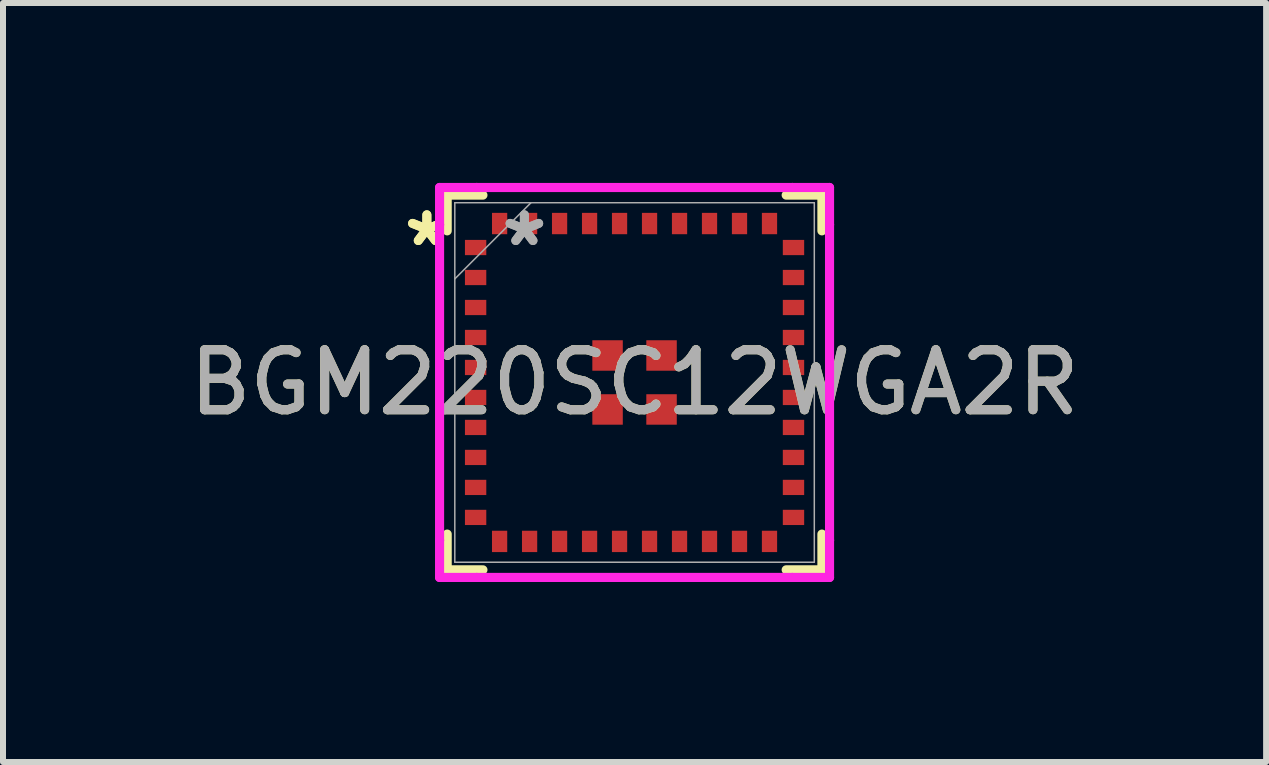
<source format=kicad_pcb>
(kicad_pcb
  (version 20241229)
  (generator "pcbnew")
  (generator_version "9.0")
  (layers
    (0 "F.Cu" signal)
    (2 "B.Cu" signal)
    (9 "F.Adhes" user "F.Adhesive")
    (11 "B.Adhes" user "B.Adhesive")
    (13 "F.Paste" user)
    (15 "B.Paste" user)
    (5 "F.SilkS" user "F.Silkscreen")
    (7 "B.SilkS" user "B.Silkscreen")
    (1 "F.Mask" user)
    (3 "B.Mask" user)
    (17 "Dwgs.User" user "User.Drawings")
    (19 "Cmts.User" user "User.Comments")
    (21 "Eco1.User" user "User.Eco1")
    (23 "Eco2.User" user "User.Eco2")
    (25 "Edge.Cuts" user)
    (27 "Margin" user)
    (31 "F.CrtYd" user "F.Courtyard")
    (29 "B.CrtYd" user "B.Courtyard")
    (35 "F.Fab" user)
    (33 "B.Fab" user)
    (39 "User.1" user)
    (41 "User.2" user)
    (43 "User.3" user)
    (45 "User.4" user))
  (footprint "BGM220SC12WGA2R"
    (layer "F.Cu")
    (at 7.53 3.327)
    (property "Reference" "BGM220SC12WGA2R" (at 0 0 0) (unlocked yes) (layer "F.SilkS") (effects (font (size 1 1) (thickness 0.15))))
    (attr smd)
    (fp_line (start -3.124 -3.124) (end -3.124 -2.528) (stroke (width 0.152) (type solid)) (layer "F.SilkS"))
    (fp_line (start -3.124 2.528) (end -3.124 3.124) (stroke (width 0.152) (type solid)) (layer "F.SilkS"))
    (fp_line (start -3.124 3.124) (end -2.528 3.124) (stroke (width 0.152) (type solid)) (layer "F.SilkS"))
    (fp_line (start -2.528 -3.124) (end -3.124 -3.124) (stroke (width 0.152) (type solid)) (layer "F.SilkS"))
    (fp_line (start 2.528 3.124) (end 3.124 3.124) (stroke (width 0.152) (type solid)) (layer "F.SilkS"))
    (fp_line (start 3.124 -3.124) (end 2.528 -3.124) (stroke (width 0.152) (type solid)) (layer "F.SilkS"))
    (fp_line (start 3.124 -2.528) (end 3.124 -3.124) (stroke (width 0.152) (type solid)) (layer "F.SilkS"))
    (fp_line (start 3.124 3.124) (end 3.124 2.528) (stroke (width 0.152) (type solid)) (layer "F.SilkS"))
    (fp_line (start -3.251 -3.251) (end -2.631 -3.251) (stroke (width 0.152) (type solid)) (layer "F.CrtYd"))
    (fp_line (start -3.251 -2.631) (end -3.251 -3.251) (stroke (width 0.152) (type solid)) (layer "F.CrtYd"))
    (fp_line (start -3.251 -2.631) (end -3.251 -2.631) (stroke (width 0.152) (type solid)) (layer "F.CrtYd"))
    (fp_line (start -3.251 2.631) (end -3.251 -2.631) (stroke (width 0.152) (type solid)) (layer "F.CrtYd"))
    (fp_line (start -3.251 2.631) (end -3.251 2.631) (stroke (width 0.152) (type solid)) (layer "F.CrtYd"))
    (fp_line (start -3.251 3.251) (end -3.251 2.631) (stroke (width 0.152) (type solid)) (layer "F.CrtYd"))
    (fp_line (start -2.631 -3.251) (end -2.631 -3.251) (stroke (width 0.152) (type solid)) (layer "F.CrtYd"))
    (fp_line (start -2.631 -3.251) (end 2.631 -3.251) (stroke (width 0.152) (type solid)) (layer "F.CrtYd"))
    (fp_line (start -2.631 3.251) (end -3.251 3.251) (stroke (width 0.152) (type solid)) (layer "F.CrtYd"))
    (fp_line (start -2.631 3.251) (end -2.631 3.251) (stroke (width 0.152) (type solid)) (layer "F.CrtYd"))
    (fp_line (start 2.631 -3.251) (end 2.631 -3.251) (stroke (width 0.152) (type solid)) (layer "F.CrtYd"))
    (fp_line (start 2.631 -3.251) (end 3.251 -3.251) (stroke (width 0.152) (type solid)) (layer "F.CrtYd"))
    (fp_line (start 2.631 3.251) (end -2.631 3.251) (stroke (width 0.152) (type solid)) (layer "F.CrtYd"))
    (fp_line (start 2.631 3.251) (end 2.631 3.251) (stroke (width 0.152) (type solid)) (layer "F.CrtYd"))
    (fp_line (start 3.251 -3.251) (end 3.251 -2.631) (stroke (width 0.152) (type solid)) (layer "F.CrtYd"))
    (fp_line (start 3.251 -2.631) (end 3.251 -2.631) (stroke (width 0.152) (type solid)) (layer "F.CrtYd"))
    (fp_line (start 3.251 -2.631) (end 3.251 2.631) (stroke (width 0.152) (type solid)) (layer "F.CrtYd"))
    (fp_line (start 3.251 2.631) (end 3.251 2.631) (stroke (width 0.152) (type solid)) (layer "F.CrtYd"))
    (fp_line (start 3.251 2.631) (end 3.251 3.251) (stroke (width 0.152) (type solid)) (layer "F.CrtYd"))
    (fp_line (start 3.251 3.251) (end 2.631 3.251) (stroke (width 0.152) (type solid)) (layer "F.CrtYd"))
    (fp_line (start -2.997 -2.997) (end -2.997 2.997) (stroke (width 0.025) (type solid)) (layer "F.Fab"))
    (fp_line (start -2.997 -1.727) (end -1.727 -2.997) (stroke (width 0.025) (type solid)) (layer "F.Fab"))
    (fp_line (start -2.997 2.997) (end 2.997 2.997) (stroke (width 0.025) (type solid)) (layer "F.Fab"))
    (fp_line (start 2.997 -2.997) (end -2.997 -2.997) (stroke (width 0.025) (type solid)) (layer "F.Fab"))
    (fp_line (start 2.997 2.997) (end 2.997 -2.997) (stroke (width 0.025) (type solid)) (layer "F.Fab"))
    (fp_text user "*" (at -3.463 -2.25 0) (layer "F.SilkS") (effects (font (size 1 1) (thickness 0.15))))
    (fp_text user "*" (at -3.463 -2.25 0) (unlocked yes) (layer "F.SilkS") (effects (font (size 1 1) (thickness 0.15))))
    (fp_text user "*" (at -1.837 -2.25 0) (unlocked yes) (layer "F.Fab") (effects (font (size 1 1) (thickness 0.15))))
    (fp_text user "*" (at -1.837 -2.25 0) (layer "F.Fab") (effects (font (size 1 1) (thickness 0.15))))
    (fp_text user "${REFERENCE}" (at 0 0 0) (unlocked yes) (layer "F.Fab") (effects (font (size 1 1) (thickness 0.15))))
    (pad "1" smd rect (at -2.65 -2.25) (size 0.356 0.254) (layers "F.Cu" "F.Mask" "F.Paste"))
    (pad "2" smd rect (at -2.65 -1.75) (size 0.356 0.254) (layers "F.Cu" "F.Mask" "F.Paste"))
    (pad "3" smd rect (at -2.65 -1.25) (size 0.356 0.254) (layers "F.Cu" "F.Mask" "F.Paste"))
    (pad "4" smd rect (at -2.65 -0.75) (size 0.356 0.254) (layers "F.Cu" "F.Mask" "F.Paste"))
    (pad "5" smd rect (at -2.65 -0.25) (size 0.356 0.254) (layers "F.Cu" "F.Mask" "F.Paste"))
    (pad "6" smd rect (at -2.65 0.25) (size 0.356 0.254) (layers "F.Cu" "F.Mask" "F.Paste"))
    (pad "7" smd rect (at -2.65 0.75) (size 0.356 0.254) (layers "F.Cu" "F.Mask" "F.Paste"))
    (pad "8" smd rect (at -2.65 1.25) (size 0.356 0.254) (layers "F.Cu" "F.Mask" "F.Paste"))
    (pad "9" smd rect (at -2.65 1.75) (size 0.356 0.254) (layers "F.Cu" "F.Mask" "F.Paste"))
    (pad "10" smd rect (at -2.65 2.25) (size 0.356 0.254) (layers "F.Cu" "F.Mask" "F.Paste"))
    (pad "11" smd rect (at -2.25 2.65 90) (size 0.356 0.254) (layers "F.Cu" "F.Mask" "F.Paste"))
    (pad "12" smd rect (at -1.75 2.65 90) (size 0.356 0.254) (layers "F.Cu" "F.Mask" "F.Paste"))
    (pad "13" smd rect (at -1.25 2.65 90) (size 0.356 0.254) (layers "F.Cu" "F.Mask" "F.Paste"))
    (pad "14" smd rect (at -0.75 2.65 90) (size 0.356 0.254) (layers "F.Cu" "F.Mask" "F.Paste"))
    (pad "15" smd rect (at -0.25 2.65 90) (size 0.356 0.254) (layers "F.Cu" "F.Mask" "F.Paste"))
    (pad "16" smd rect (at 0.25 2.65 90) (size 0.356 0.254) (layers "F.Cu" "F.Mask" "F.Paste"))
    (pad "17" smd rect (at 0.75 2.65 90) (size 0.356 0.254) (layers "F.Cu" "F.Mask" "F.Paste"))
    (pad "18" smd rect (at 1.25 2.65 90) (size 0.356 0.254) (layers "F.Cu" "F.Mask" "F.Paste"))
    (pad "19" smd rect (at 1.75 2.65 90) (size 0.356 0.254) (layers "F.Cu" "F.Mask" "F.Paste"))
    (pad "20" smd rect (at 2.25 2.65 90) (size 0.356 0.254) (layers "F.Cu" "F.Mask" "F.Paste"))
    (pad "21" smd rect (at 2.65 2.25) (size 0.356 0.254) (layers "F.Cu" "F.Mask" "F.Paste"))
    (pad "22" smd rect (at 2.65 1.75) (size 0.356 0.254) (layers "F.Cu" "F.Mask" "F.Paste"))
    (pad "23" smd rect (at 2.65 1.25) (size 0.356 0.254) (layers "F.Cu" "F.Mask" "F.Paste"))
    (pad "24" smd rect (at 2.65 0.75) (size 0.356 0.254) (layers "F.Cu" "F.Mask" "F.Paste"))
    (pad "25" smd rect (at 2.65 0.25) (size 0.356 0.254) (layers "F.Cu" "F.Mask" "F.Paste"))
    (pad "26" smd rect (at 2.65 -0.25) (size 0.356 0.254) (layers "F.Cu" "F.Mask" "F.Paste"))
    (pad "27" smd rect (at 2.65 -0.75) (size 0.356 0.254) (layers "F.Cu" "F.Mask" "F.Paste"))
    (pad "28" smd rect (at 2.65 -1.25) (size 0.356 0.254) (layers "F.Cu" "F.Mask" "F.Paste"))
    (pad "29" smd rect (at 2.65 -1.75) (size 0.356 0.254) (layers "F.Cu" "F.Mask" "F.Paste"))
    (pad "30" smd rect (at 2.65 -2.25) (size 0.356 0.254) (layers "F.Cu" "F.Mask" "F.Paste"))
    (pad "31" smd rect (at 2.25 -2.65 90) (size 0.356 0.254) (layers "F.Cu" "F.Mask" "F.Paste"))
    (pad "32" smd rect (at 1.75 -2.65 90) (size 0.356 0.254) (layers "F.Cu" "F.Mask" "F.Paste"))
    (pad "33" smd rect (at 1.25 -2.65 90) (size 0.356 0.254) (layers "F.Cu" "F.Mask" "F.Paste"))
    (pad "34" smd rect (at 0.75 -2.65 90) (size 0.356 0.254) (layers "F.Cu" "F.Mask" "F.Paste"))
    (pad "35" smd rect (at 0.25 -2.65 90) (size 0.356 0.254) (layers "F.Cu" "F.Mask" "F.Paste"))
    (pad "36" smd rect (at -0.25 -2.65 90) (size 0.356 0.254) (layers "F.Cu" "F.Mask" "F.Paste"))
    (pad "37" smd rect (at -0.75 -2.65 90) (size 0.356 0.254) (layers "F.Cu" "F.Mask" "F.Paste"))
    (pad "38" smd rect (at -1.25 -2.65 90) (size 0.356 0.254) (layers "F.Cu" "F.Mask" "F.Paste"))
    (pad "39" smd rect (at -1.75 -2.65 90) (size 0.356 0.254) (layers "F.Cu" "F.Mask" "F.Paste"))
    (pad "40" smd rect (at -2.25 -2.65 90) (size 0.356 0.254) (layers "F.Cu" "F.Mask" "F.Paste"))
    (pad "41" smd rect (at -0.45 -0.45) (size 0.508 0.508) (layers "F.Cu" "F.Mask" "F.Paste"))
    (pad "42" smd rect (at 0.45 -0.45) (size 0.508 0.508) (layers "F.Cu" "F.Mask" "F.Paste"))
    (pad "43" smd rect (at -0.45 0.45) (size 0.508 0.508) (layers "F.Cu" "F.Mask" "F.Paste"))
    (pad "44" smd rect (at 0.45 0.45) (size 0.508 0.508) (layers "F.Cu" "F.Mask" "F.Paste")))
  (gr_rect
    (start -3 -3)
    (end 18.06 9.655)
    (stroke (width 0.1) (type default))
    (fill no)
    (layer "Edge.Cuts")))
</source>
